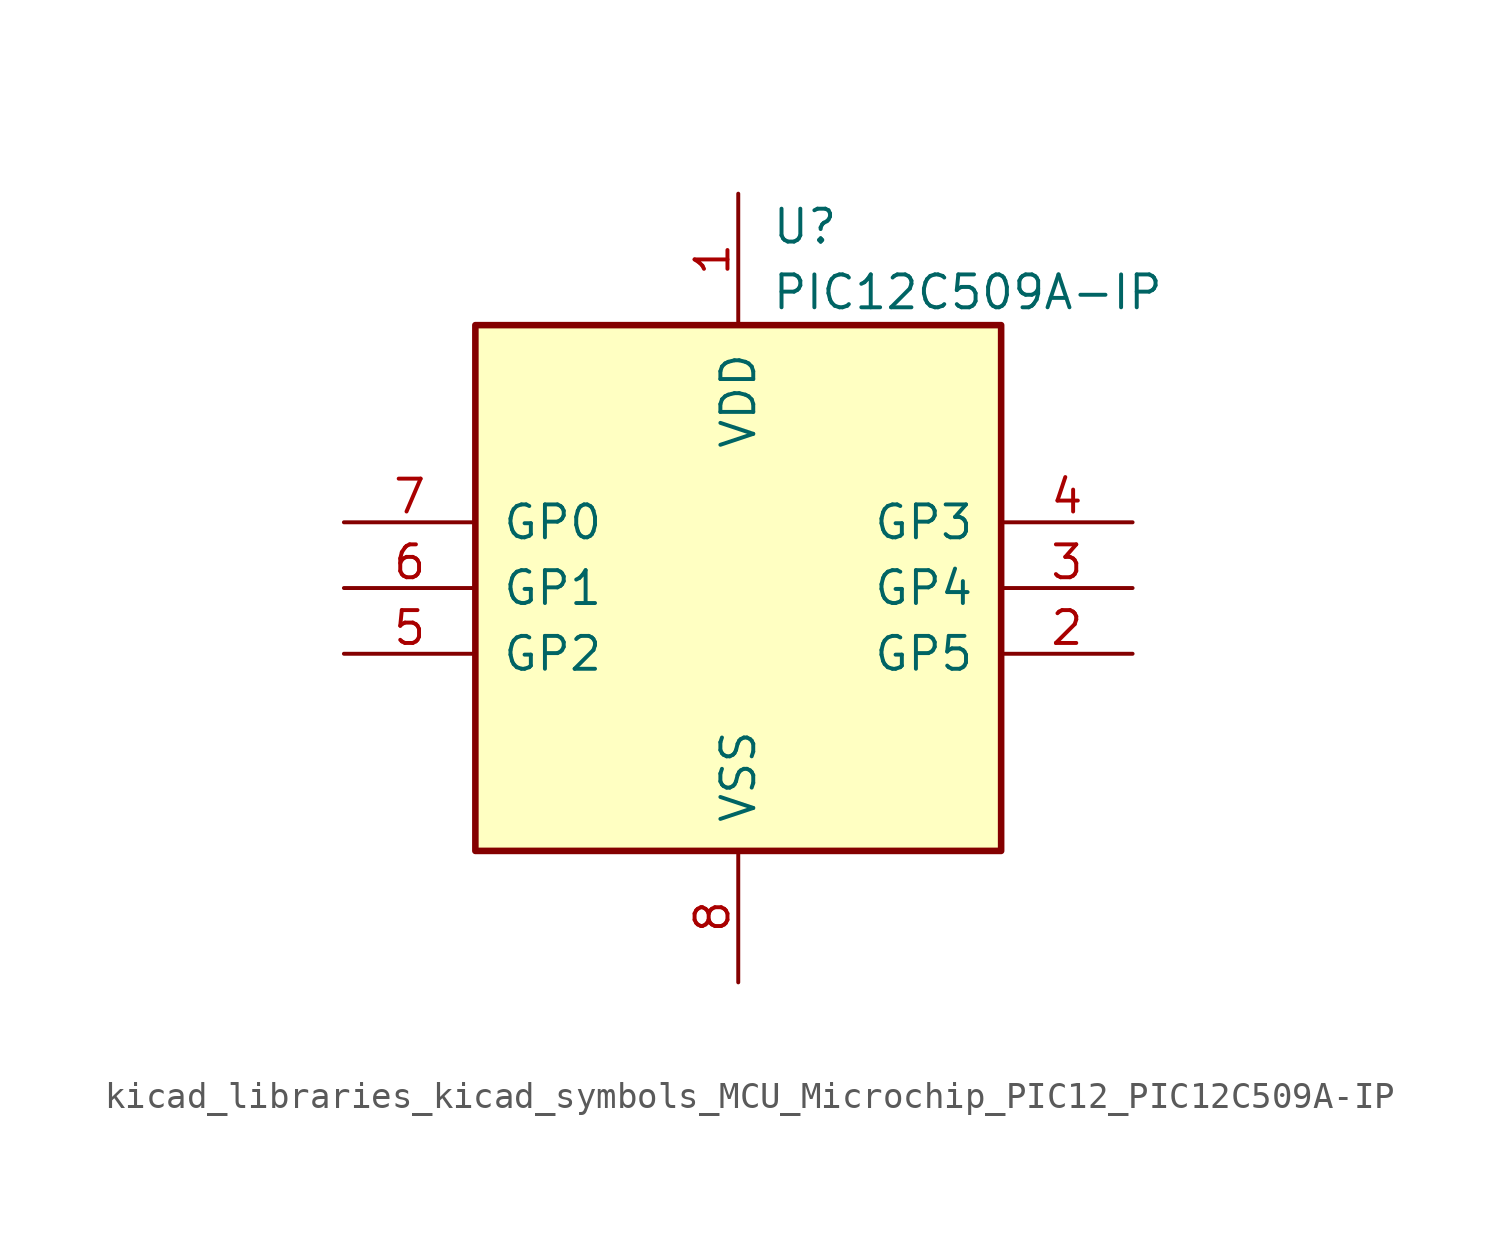
<source format=kicad_sym>
(kicad_symbol_lib
  (version 20220914)
  (generator kicad_symbol_editor)
  (symbol "kicad_libraries_kicad_symbols_MCU_Microchip_PIC12_PIC12C509A-IP"
    (pin_names
      (offset 1.016))
    (property "Reference" "U"
      (at 1.27 13.97 0)
      (effects (font (size 1.27 1.27)) (justify left)))
    (property "Value" "PIC12C509A-IP"
      (at 1.27 11.43 0)
      (effects (font (size 1.27 1.27)) (justify left)))
    (symbol "kicad_libraries_kicad_symbols_MCU_Microchip_PIC12_PIC12C509A-IP_0_1"
      (rectangle (start 10.16 -10.16) (end -10.16 10.16) (stroke (width 0.254) (type default)) (fill (type background))))
    (symbol "kicad_libraries_kicad_symbols_MCU_Microchip_PIC12_PIC12C509A-IP_1_1"
      (pin power_in line (at 0 15.24 270) (length 5.08) (name "VDD" (effects (font (size 1.27 1.27)))) (number "1" (effects (font (size 1.27 1.27)))))
      (pin bidirectional line (at 15.24 -2.54 180) (length 5.08) (name "GP5" (effects (font (size 1.27 1.27)))) (number "2" (effects (font (size 1.27 1.27)))))
      (pin bidirectional line (at 15.24 0 180) (length 5.08) (name "GP4" (effects (font (size 1.27 1.27)))) (number "3" (effects (font (size 1.27 1.27)))))
      (pin input line (at 15.24 2.54 180) (length 5.08) (name "GP3" (effects (font (size 1.27 1.27)))) (number "4" (effects (font (size 1.27 1.27)))))
      (pin bidirectional line (at -15.24 -2.54 0) (length 5.08) (name "GP2" (effects (font (size 1.27 1.27)))) (number "5" (effects (font (size 1.27 1.27)))))
      (pin bidirectional line (at -15.24 0 0) (length 5.08) (name "GP1" (effects (font (size 1.27 1.27)))) (number "6" (effects (font (size 1.27 1.27)))))
      (pin bidirectional line (at -15.24 2.54 0) (length 5.08) (name "GP0" (effects (font (size 1.27 1.27)))) (number "7" (effects (font (size 1.27 1.27)))))
      (pin power_in line (at 0 -15.24 90) (length 5.08) (name "VSS" (effects (font (size 1.27 1.27)))) (number "8" (effects (font (size 1.27 1.27))))))))
</source>
